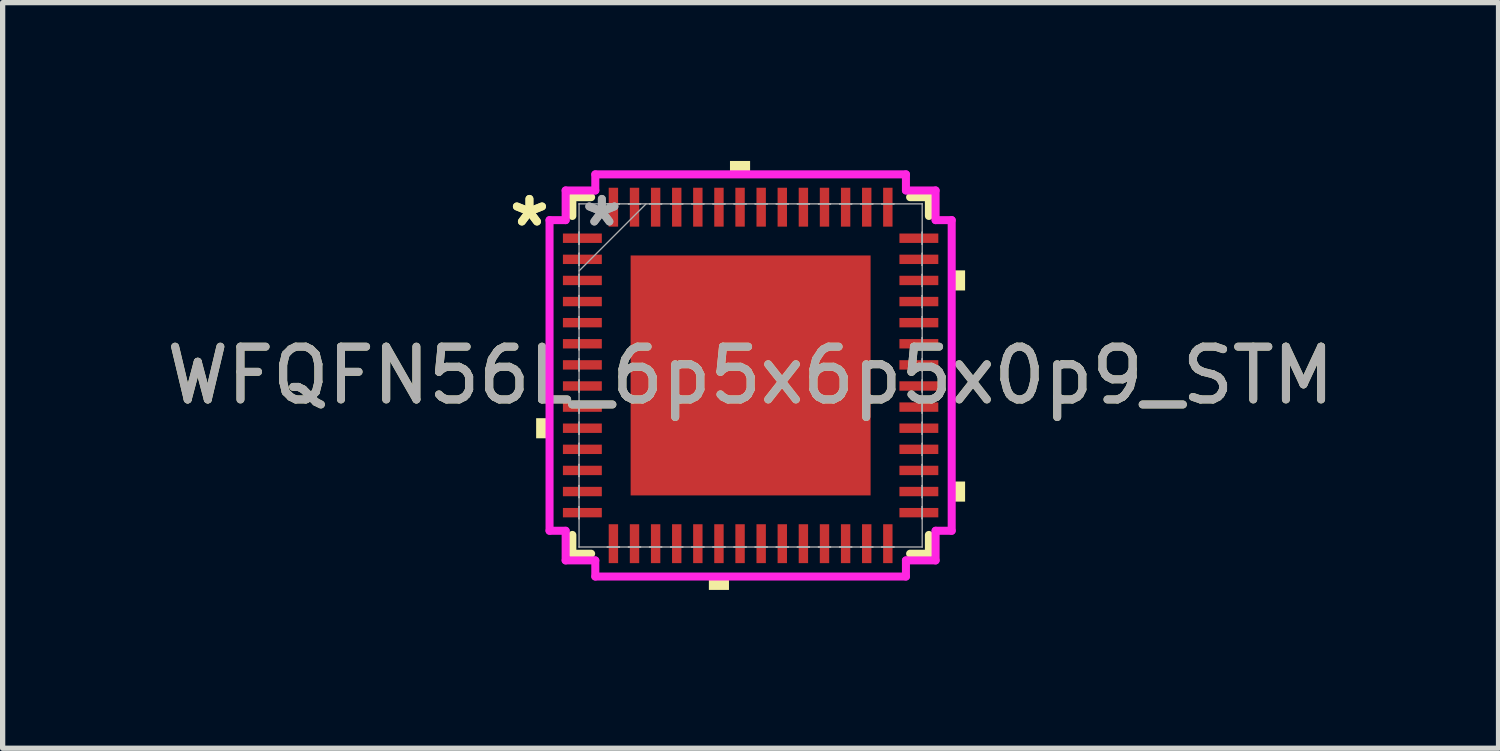
<source format=kicad_pcb>
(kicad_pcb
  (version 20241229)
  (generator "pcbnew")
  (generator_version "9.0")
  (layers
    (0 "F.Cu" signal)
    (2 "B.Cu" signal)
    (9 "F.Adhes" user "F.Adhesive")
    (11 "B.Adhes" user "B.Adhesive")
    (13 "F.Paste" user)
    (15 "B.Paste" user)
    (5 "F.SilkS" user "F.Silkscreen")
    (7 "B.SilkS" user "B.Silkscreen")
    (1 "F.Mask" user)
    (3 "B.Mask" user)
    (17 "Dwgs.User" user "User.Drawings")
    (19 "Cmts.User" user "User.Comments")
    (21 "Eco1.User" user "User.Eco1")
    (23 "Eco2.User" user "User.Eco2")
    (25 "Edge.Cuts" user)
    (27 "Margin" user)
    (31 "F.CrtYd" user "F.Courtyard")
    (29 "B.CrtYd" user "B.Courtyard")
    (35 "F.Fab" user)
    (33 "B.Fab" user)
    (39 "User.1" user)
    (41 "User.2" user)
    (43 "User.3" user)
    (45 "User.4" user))
  (footprint "WFQFN56L_6p5x6p5x0p9_STM"
    (layer "F.Cu")
    (at 11.173 4.064)
    (property "Reference" "WFQFN56L_6p5x6p5x0p9_STM" (at 0 0 0) (unlocked yes) (layer "F.SilkS") (effects (font (size 1 1) (thickness 0.15))))
    (attr smd)
    (fp_line (start -3.378 -3.378) (end -3.378 -3.022) (stroke (width 0.152) (type solid)) (layer "F.SilkS"))
    (fp_line (start -3.378 3.022) (end -3.378 3.378) (stroke (width 0.152) (type solid)) (layer "F.SilkS"))
    (fp_line (start -3.378 3.378) (end -3.022 3.378) (stroke (width 0.152) (type solid)) (layer "F.SilkS"))
    (fp_line (start -3.022 -3.378) (end -3.378 -3.378) (stroke (width 0.152) (type solid)) (layer "F.SilkS"))
    (fp_line (start 3.022 3.378) (end 3.378 3.378) (stroke (width 0.152) (type solid)) (layer "F.SilkS"))
    (fp_line (start 3.378 -3.378) (end 3.022 -3.378) (stroke (width 0.152) (type solid)) (layer "F.SilkS"))
    (fp_line (start 3.378 -3.022) (end 3.378 -3.378) (stroke (width 0.152) (type solid)) (layer "F.SilkS"))
    (fp_line (start 3.378 3.378) (end 3.378 3.022) (stroke (width 0.152) (type solid)) (layer "F.SilkS"))
    (fp_poly (pts (xy -4.064 0.81) (xy -4.064 1.191) (xy -3.81 1.191) (xy -3.81 0.81)) (stroke (width 0) (type solid)) (fill yes) (layer "F.SilkS"))
    (fp_poly (pts (xy -0.791 3.81) (xy -0.791 4.064) (xy -0.41 4.064) (xy -0.41 3.81)) (stroke (width 0) (type solid)) (fill yes) (layer "F.SilkS"))
    (fp_poly (pts (xy -0.391 -3.81) (xy -0.391 -4.064) (xy -0.01 -4.064) (xy -0.01 -3.81)) (stroke (width 0) (type solid)) (fill yes) (layer "F.SilkS"))
    (fp_poly (pts (xy 4.064 -1.991) (xy 4.064 -1.61) (xy 3.81 -1.61) (xy 3.81 -1.991)) (stroke (width 0) (type solid)) (fill yes) (layer "F.SilkS"))
    (fp_poly (pts (xy 4.064 2.01) (xy 4.064 2.391) (xy 3.81 2.391) (xy 3.81 2.01)) (stroke (width 0) (type solid)) (fill yes) (layer "F.SilkS"))
    (fp_poly (pts (xy -2.173 -2.173) (xy -2.173 -0.858) (xy -0.858 -0.858) (xy -0.858 -2.173)) (stroke (width 0) (type solid)) (fill yes) (layer "F.Paste"))
    (fp_poly (pts (xy -2.173 -0.658) (xy -2.173 0.658) (xy -0.858 0.658) (xy -0.858 -0.658)) (stroke (width 0) (type solid)) (fill yes) (layer "F.Paste"))
    (fp_poly (pts (xy -2.173 0.858) (xy -2.173 2.173) (xy -0.858 2.173) (xy -0.858 0.858)) (stroke (width 0) (type solid)) (fill yes) (layer "F.Paste"))
    (fp_poly (pts (xy -0.658 -2.173) (xy -0.658 -0.858) (xy 0.658 -0.858) (xy 0.658 -2.173)) (stroke (width 0) (type solid)) (fill yes) (layer "F.Paste"))
    (fp_poly (pts (xy -0.658 -0.658) (xy -0.658 0.658) (xy 0.658 0.658) (xy 0.658 -0.658)) (stroke (width 0) (type solid)) (fill yes) (layer "F.Paste"))
    (fp_poly (pts (xy -0.658 0.858) (xy -0.658 2.173) (xy 0.658 2.173) (xy 0.658 0.858)) (stroke (width 0) (type solid)) (fill yes) (layer "F.Paste"))
    (fp_poly (pts (xy 0.858 -2.173) (xy 0.858 -0.858) (xy 2.173 -0.858) (xy 2.173 -2.173)) (stroke (width 0) (type solid)) (fill yes) (layer "F.Paste"))
    (fp_poly (pts (xy 0.858 -0.658) (xy 0.858 0.658) (xy 2.173 0.658) (xy 2.173 -0.658)) (stroke (width 0) (type solid)) (fill yes) (layer "F.Paste"))
    (fp_poly (pts (xy 0.858 0.858) (xy 0.858 2.173) (xy 2.173 2.173) (xy 2.173 0.858)) (stroke (width 0) (type solid)) (fill yes) (layer "F.Paste"))
    (fp_line (start -3.81 -2.943) (end -3.505 -2.943) (stroke (width 0.152) (type solid)) (layer "F.CrtYd"))
    (fp_line (start -3.81 2.943) (end -3.81 -2.943) (stroke (width 0.152) (type solid)) (layer "F.CrtYd"))
    (fp_line (start -3.505 -3.505) (end -2.943 -3.505) (stroke (width 0.152) (type solid)) (layer "F.CrtYd"))
    (fp_line (start -3.505 -2.943) (end -3.505 -3.505) (stroke (width 0.152) (type solid)) (layer "F.CrtYd"))
    (fp_line (start -3.505 2.943) (end -3.81 2.943) (stroke (width 0.152) (type solid)) (layer "F.CrtYd"))
    (fp_line (start -3.505 3.505) (end -3.505 2.943) (stroke (width 0.152) (type solid)) (layer "F.CrtYd"))
    (fp_line (start -2.943 -3.81) (end 2.943 -3.81) (stroke (width 0.152) (type solid)) (layer "F.CrtYd"))
    (fp_line (start -2.943 -3.505) (end -2.943 -3.81) (stroke (width 0.152) (type solid)) (layer "F.CrtYd"))
    (fp_line (start -2.943 3.505) (end -3.505 3.505) (stroke (width 0.152) (type solid)) (layer "F.CrtYd"))
    (fp_line (start -2.943 3.81) (end -2.943 3.505) (stroke (width 0.152) (type solid)) (layer "F.CrtYd"))
    (fp_line (start 2.943 -3.81) (end 2.943 -3.505) (stroke (width 0.152) (type solid)) (layer "F.CrtYd"))
    (fp_line (start 2.943 -3.505) (end 3.505 -3.505) (stroke (width 0.152) (type solid)) (layer "F.CrtYd"))
    (fp_line (start 2.943 3.505) (end 2.943 3.81) (stroke (width 0.152) (type solid)) (layer "F.CrtYd"))
    (fp_line (start 2.943 3.81) (end -2.943 3.81) (stroke (width 0.152) (type solid)) (layer "F.CrtYd"))
    (fp_line (start 3.505 -3.505) (end 3.505 -2.943) (stroke (width 0.152) (type solid)) (layer "F.CrtYd"))
    (fp_line (start 3.505 -2.943) (end 3.81 -2.943) (stroke (width 0.152) (type solid)) (layer "F.CrtYd"))
    (fp_line (start 3.505 2.943) (end 3.505 3.505) (stroke (width 0.152) (type solid)) (layer "F.CrtYd"))
    (fp_line (start 3.505 3.505) (end 2.943 3.505) (stroke (width 0.152) (type solid)) (layer "F.CrtYd"))
    (fp_line (start 3.81 -2.943) (end 3.81 2.943) (stroke (width 0.152) (type solid)) (layer "F.CrtYd"))
    (fp_line (start 3.81 2.943) (end 3.505 2.943) (stroke (width 0.152) (type solid)) (layer "F.CrtYd"))
    (fp_line (start -3.251 -3.251) (end -3.251 -3.251) (stroke (width 0.025) (type solid)) (layer "F.Fab"))
    (fp_line (start -3.251 -3.251) (end -3.251 3.251) (stroke (width 0.025) (type solid)) (layer "F.Fab"))
    (fp_line (start -3.251 -2.715) (end -3.251 -2.715) (stroke (width 0.025) (type solid)) (layer "F.Fab"))
    (fp_line (start -3.251 -2.715) (end -3.251 -2.486) (stroke (width 0.025) (type solid)) (layer "F.Fab"))
    (fp_line (start -3.251 -2.486) (end -3.251 -2.715) (stroke (width 0.025) (type solid)) (layer "F.Fab"))
    (fp_line (start -3.251 -2.486) (end -3.251 -2.486) (stroke (width 0.025) (type solid)) (layer "F.Fab"))
    (fp_line (start -3.251 -2.315) (end -3.251 -2.315) (stroke (width 0.025) (type solid)) (layer "F.Fab"))
    (fp_line (start -3.251 -2.315) (end -3.251 -2.086) (stroke (width 0.025) (type solid)) (layer "F.Fab"))
    (fp_line (start -3.251 -2.086) (end -3.251 -2.315) (stroke (width 0.025) (type solid)) (layer "F.Fab"))
    (fp_line (start -3.251 -2.086) (end -3.251 -2.086) (stroke (width 0.025) (type solid)) (layer "F.Fab"))
    (fp_line (start -3.251 -1.981) (end -1.981 -3.251) (stroke (width 0.025) (type solid)) (layer "F.Fab"))
    (fp_line (start -3.251 -1.915) (end -3.251 -1.915) (stroke (width 0.025) (type solid)) (layer "F.Fab"))
    (fp_line (start -3.251 -1.915) (end -3.251 -1.686) (stroke (width 0.025) (type solid)) (layer "F.Fab"))
    (fp_line (start -3.251 -1.686) (end -3.251 -1.915) (stroke (width 0.025) (type solid)) (layer "F.Fab"))
    (fp_line (start -3.251 -1.686) (end -3.251 -1.686) (stroke (width 0.025) (type solid)) (layer "F.Fab"))
    (fp_line (start -3.251 -1.514) (end -3.251 -1.514) (stroke (width 0.025) (type solid)) (layer "F.Fab"))
    (fp_line (start -3.251 -1.514) (end -3.251 -1.286) (stroke (width 0.025) (type solid)) (layer "F.Fab"))
    (fp_line (start -3.251 -1.286) (end -3.251 -1.514) (stroke (width 0.025) (type solid)) (layer "F.Fab"))
    (fp_line (start -3.251 -1.286) (end -3.251 -1.286) (stroke (width 0.025) (type solid)) (layer "F.Fab"))
    (fp_line (start -3.251 -1.114) (end -3.251 -1.114) (stroke (width 0.025) (type solid)) (layer "F.Fab"))
    (fp_line (start -3.251 -1.114) (end -3.251 -0.886) (stroke (width 0.025) (type solid)) (layer "F.Fab"))
    (fp_line (start -3.251 -0.886) (end -3.251 -1.114) (stroke (width 0.025) (type solid)) (layer "F.Fab"))
    (fp_line (start -3.251 -0.886) (end -3.251 -0.886) (stroke (width 0.025) (type solid)) (layer "F.Fab"))
    (fp_line (start -3.251 -0.714) (end -3.251 -0.714) (stroke (width 0.025) (type solid)) (layer "F.Fab"))
    (fp_line (start -3.251 -0.714) (end -3.251 -0.486) (stroke (width 0.025) (type solid)) (layer "F.Fab"))
    (fp_line (start -3.251 -0.486) (end -3.251 -0.714) (stroke (width 0.025) (type solid)) (layer "F.Fab"))
    (fp_line (start -3.251 -0.486) (end -3.251 -0.486) (stroke (width 0.025) (type solid)) (layer "F.Fab"))
    (fp_line (start -3.251 -0.314) (end -3.251 -0.314) (stroke (width 0.025) (type solid)) (layer "F.Fab"))
    (fp_line (start -3.251 -0.314) (end -3.251 -0.086) (stroke (width 0.025) (type solid)) (layer "F.Fab"))
    (fp_line (start -3.251 -0.086) (end -3.251 -0.314) (stroke (width 0.025) (type solid)) (layer "F.Fab"))
    (fp_line (start -3.251 -0.086) (end -3.251 -0.086) (stroke (width 0.025) (type solid)) (layer "F.Fab"))
    (fp_line (start -3.251 0.086) (end -3.251 0.086) (stroke (width 0.025) (type solid)) (layer "F.Fab"))
    (fp_line (start -3.251 0.086) (end -3.251 0.314) (stroke (width 0.025) (type solid)) (layer "F.Fab"))
    (fp_line (start -3.251 0.314) (end -3.251 0.086) (stroke (width 0.025) (type solid)) (layer "F.Fab"))
    (fp_line (start -3.251 0.314) (end -3.251 0.314) (stroke (width 0.025) (type solid)) (layer "F.Fab"))
    (fp_line (start -3.251 0.486) (end -3.251 0.486) (stroke (width 0.025) (type solid)) (layer "F.Fab"))
    (fp_line (start -3.251 0.486) (end -3.251 0.714) (stroke (width 0.025) (type solid)) (layer "F.Fab"))
    (fp_line (start -3.251 0.714) (end -3.251 0.486) (stroke (width 0.025) (type solid)) (layer "F.Fab"))
    (fp_line (start -3.251 0.714) (end -3.251 0.714) (stroke (width 0.025) (type solid)) (layer "F.Fab"))
    (fp_line (start -3.251 0.886) (end -3.251 0.886) (stroke (width 0.025) (type solid)) (layer "F.Fab"))
    (fp_line (start -3.251 0.886) (end -3.251 1.114) (stroke (width 0.025) (type solid)) (layer "F.Fab"))
    (fp_line (start -3.251 1.114) (end -3.251 0.886) (stroke (width 0.025) (type solid)) (layer "F.Fab"))
    (fp_line (start -3.251 1.114) (end -3.251 1.114) (stroke (width 0.025) (type solid)) (layer "F.Fab"))
    (fp_line (start -3.251 1.286) (end -3.251 1.286) (stroke (width 0.025) (type solid)) (layer "F.Fab"))
    (fp_line (start -3.251 1.286) (end -3.251 1.514) (stroke (width 0.025) (type solid)) (layer "F.Fab"))
    (fp_line (start -3.251 1.514) (end -3.251 1.286) (stroke (width 0.025) (type solid)) (layer "F.Fab"))
    (fp_line (start -3.251 1.514) (end -3.251 1.514) (stroke (width 0.025) (type solid)) (layer "F.Fab"))
    (fp_line (start -3.251 1.686) (end -3.251 1.686) (stroke (width 0.025) (type solid)) (layer "F.Fab"))
    (fp_line (start -3.251 1.686) (end -3.251 1.915) (stroke (width 0.025) (type solid)) (layer "F.Fab"))
    (fp_line (start -3.251 1.915) (end -3.251 1.686) (stroke (width 0.025) (type solid)) (layer "F.Fab"))
    (fp_line (start -3.251 1.915) (end -3.251 1.915) (stroke (width 0.025) (type solid)) (layer "F.Fab"))
    (fp_line (start -3.251 2.086) (end -3.251 2.086) (stroke (width 0.025) (type solid)) (layer "F.Fab"))
    (fp_line (start -3.251 2.086) (end -3.251 2.315) (stroke (width 0.025) (type solid)) (layer "F.Fab"))
    (fp_line (start -3.251 2.315) (end -3.251 2.086) (stroke (width 0.025) (type solid)) (layer "F.Fab"))
    (fp_line (start -3.251 2.315) (end -3.251 2.315) (stroke (width 0.025) (type solid)) (layer "F.Fab"))
    (fp_line (start -3.251 2.486) (end -3.251 2.486) (stroke (width 0.025) (type solid)) (layer "F.Fab"))
    (fp_line (start -3.251 2.486) (end -3.251 2.715) (stroke (width 0.025) (type solid)) (layer "F.Fab"))
    (fp_line (start -3.251 2.715) (end -3.251 2.486) (stroke (width 0.025) (type solid)) (layer "F.Fab"))
    (fp_line (start -3.251 2.715) (end -3.251 2.715) (stroke (width 0.025) (type solid)) (layer "F.Fab"))
    (fp_line (start -3.251 3.251) (end -3.251 3.251) (stroke (width 0.025) (type solid)) (layer "F.Fab"))
    (fp_line (start -3.251 3.251) (end 3.251 3.251) (stroke (width 0.025) (type solid)) (layer "F.Fab"))
    (fp_line (start -2.715 -3.251) (end -2.715 -3.251) (stroke (width 0.025) (type solid)) (layer "F.Fab"))
    (fp_line (start -2.715 -3.251) (end -2.486 -3.251) (stroke (width 0.025) (type solid)) (layer "F.Fab"))
    (fp_line (start -2.715 3.251) (end -2.715 3.251) (stroke (width 0.025) (type solid)) (layer "F.Fab"))
    (fp_line (start -2.715 3.251) (end -2.486 3.251) (stroke (width 0.025) (type solid)) (layer "F.Fab"))
    (fp_line (start -2.486 -3.251) (end -2.715 -3.251) (stroke (width 0.025) (type solid)) (layer "F.Fab"))
    (fp_line (start -2.486 -3.251) (end -2.486 -3.251) (stroke (width 0.025) (type solid)) (layer "F.Fab"))
    (fp_line (start -2.486 3.251) (end -2.715 3.251) (stroke (width 0.025) (type solid)) (layer "F.Fab"))
    (fp_line (start -2.486 3.251) (end -2.486 3.251) (stroke (width 0.025) (type solid)) (layer "F.Fab"))
    (fp_line (start -2.315 -3.251) (end -2.315 -3.251) (stroke (width 0.025) (type solid)) (layer "F.Fab"))
    (fp_line (start -2.315 -3.251) (end -2.086 -3.251) (stroke (width 0.025) (type solid)) (layer "F.Fab"))
    (fp_line (start -2.315 3.251) (end -2.315 3.251) (stroke (width 0.025) (type solid)) (layer "F.Fab"))
    (fp_line (start -2.315 3.251) (end -2.086 3.251) (stroke (width 0.025) (type solid)) (layer "F.Fab"))
    (fp_line (start -2.086 -3.251) (end -2.315 -3.251) (stroke (width 0.025) (type solid)) (layer "F.Fab"))
    (fp_line (start -2.086 -3.251) (end -2.086 -3.251) (stroke (width 0.025) (type solid)) (layer "F.Fab"))
    (fp_line (start -2.086 3.251) (end -2.315 3.251) (stroke (width 0.025) (type solid)) (layer "F.Fab"))
    (fp_line (start -2.086 3.251) (end -2.086 3.251) (stroke (width 0.025) (type solid)) (layer "F.Fab"))
    (fp_line (start -1.915 -3.251) (end -1.915 -3.251) (stroke (width 0.025) (type solid)) (layer "F.Fab"))
    (fp_line (start -1.915 -3.251) (end -1.686 -3.251) (stroke (width 0.025) (type solid)) (layer "F.Fab"))
    (fp_line (start -1.915 3.251) (end -1.915 3.251) (stroke (width 0.025) (type solid)) (layer "F.Fab"))
    (fp_line (start -1.915 3.251) (end -1.686 3.251) (stroke (width 0.025) (type solid)) (layer "F.Fab"))
    (fp_line (start -1.686 -3.251) (end -1.915 -3.251) (stroke (width 0.025) (type solid)) (layer "F.Fab"))
    (fp_line (start -1.686 -3.251) (end -1.686 -3.251) (stroke (width 0.025) (type solid)) (layer "F.Fab"))
    (fp_line (start -1.686 3.251) (end -1.915 3.251) (stroke (width 0.025) (type solid)) (layer "F.Fab"))
    (fp_line (start -1.686 3.251) (end -1.686 3.251) (stroke (width 0.025) (type solid)) (layer "F.Fab"))
    (fp_line (start -1.514 -3.251) (end -1.514 -3.251) (stroke (width 0.025) (type solid)) (layer "F.Fab"))
    (fp_line (start -1.514 -3.251) (end -1.286 -3.251) (stroke (width 0.025) (type solid)) (layer "F.Fab"))
    (fp_line (start -1.514 3.251) (end -1.514 3.251) (stroke (width 0.025) (type solid)) (layer "F.Fab"))
    (fp_line (start -1.514 3.251) (end -1.286 3.251) (stroke (width 0.025) (type solid)) (layer "F.Fab"))
    (fp_line (start -1.286 -3.251) (end -1.514 -3.251) (stroke (width 0.025) (type solid)) (layer "F.Fab"))
    (fp_line (start -1.286 -3.251) (end -1.286 -3.251) (stroke (width 0.025) (type solid)) (layer "F.Fab"))
    (fp_line (start -1.286 3.251) (end -1.514 3.251) (stroke (width 0.025) (type solid)) (layer "F.Fab"))
    (fp_line (start -1.286 3.251) (end -1.286 3.251) (stroke (width 0.025) (type solid)) (layer "F.Fab"))
    (fp_line (start -1.114 -3.251) (end -1.114 -3.251) (stroke (width 0.025) (type solid)) (layer "F.Fab"))
    (fp_line (start -1.114 -3.251) (end -0.886 -3.251) (stroke (width 0.025) (type solid)) (layer "F.Fab"))
    (fp_line (start -1.114 3.251) (end -1.114 3.251) (stroke (width 0.025) (type solid)) (layer "F.Fab"))
    (fp_line (start -1.114 3.251) (end -0.886 3.251) (stroke (width 0.025) (type solid)) (layer "F.Fab"))
    (fp_line (start -0.886 -3.251) (end -1.114 -3.251) (stroke (width 0.025) (type solid)) (layer "F.Fab"))
    (fp_line (start -0.886 -3.251) (end -0.886 -3.251) (stroke (width 0.025) (type solid)) (layer "F.Fab"))
    (fp_line (start -0.886 3.251) (end -1.114 3.251) (stroke (width 0.025) (type solid)) (layer "F.Fab"))
    (fp_line (start -0.886 3.251) (end -0.886 3.251) (stroke (width 0.025) (type solid)) (layer "F.Fab"))
    (fp_line (start -0.714 -3.251) (end -0.714 -3.251) (stroke (width 0.025) (type solid)) (layer "F.Fab"))
    (fp_line (start -0.714 -3.251) (end -0.486 -3.251) (stroke (width 0.025) (type solid)) (layer "F.Fab"))
    (fp_line (start -0.714 3.251) (end -0.714 3.251) (stroke (width 0.025) (type solid)) (layer "F.Fab"))
    (fp_line (start -0.714 3.251) (end -0.486 3.251) (stroke (width 0.025) (type solid)) (layer "F.Fab"))
    (fp_line (start -0.486 -3.251) (end -0.714 -3.251) (stroke (width 0.025) (type solid)) (layer "F.Fab"))
    (fp_line (start -0.486 -3.251) (end -0.486 -3.251) (stroke (width 0.025) (type solid)) (layer "F.Fab"))
    (fp_line (start -0.486 3.251) (end -0.714 3.251) (stroke (width 0.025) (type solid)) (layer "F.Fab"))
    (fp_line (start -0.486 3.251) (end -0.486 3.251) (stroke (width 0.025) (type solid)) (layer "F.Fab"))
    (fp_line (start -0.314 -3.251) (end -0.314 -3.251) (stroke (width 0.025) (type solid)) (layer "F.Fab"))
    (fp_line (start -0.314 -3.251) (end -0.086 -3.251) (stroke (width 0.025) (type solid)) (layer "F.Fab"))
    (fp_line (start -0.314 3.251) (end -0.314 3.251) (stroke (width 0.025) (type solid)) (layer "F.Fab"))
    (fp_line (start -0.314 3.251) (end -0.086 3.251) (stroke (width 0.025) (type solid)) (layer "F.Fab"))
    (fp_line (start -0.086 -3.251) (end -0.314 -3.251) (stroke (width 0.025) (type solid)) (layer "F.Fab"))
    (fp_line (start -0.086 -3.251) (end -0.086 -3.251) (stroke (width 0.025) (type solid)) (layer "F.Fab"))
    (fp_line (start -0.086 3.251) (end -0.314 3.251) (stroke (width 0.025) (type solid)) (layer "F.Fab"))
    (fp_line (start -0.086 3.251) (end -0.086 3.251) (stroke (width 0.025) (type solid)) (layer "F.Fab"))
    (fp_line (start 0.086 -3.251) (end 0.086 -3.251) (stroke (width 0.025) (type solid)) (layer "F.Fab"))
    (fp_line (start 0.086 -3.251) (end 0.314 -3.251) (stroke (width 0.025) (type solid)) (layer "F.Fab"))
    (fp_line (start 0.086 3.251) (end 0.086 3.251) (stroke (width 0.025) (type solid)) (layer "F.Fab"))
    (fp_line (start 0.086 3.251) (end 0.314 3.251) (stroke (width 0.025) (type solid)) (layer "F.Fab"))
    (fp_line (start 0.314 -3.251) (end 0.086 -3.251) (stroke (width 0.025) (type solid)) (layer "F.Fab"))
    (fp_line (start 0.314 -3.251) (end 0.314 -3.251) (stroke (width 0.025) (type solid)) (layer "F.Fab"))
    (fp_line (start 0.314 3.251) (end 0.086 3.251) (stroke (width 0.025) (type solid)) (layer "F.Fab"))
    (fp_line (start 0.314 3.251) (end 0.314 3.251) (stroke (width 0.025) (type solid)) (layer "F.Fab"))
    (fp_line (start 0.486 -3.251) (end 0.486 -3.251) (stroke (width 0.025) (type solid)) (layer "F.Fab"))
    (fp_line (start 0.486 -3.251) (end 0.714 -3.251) (stroke (width 0.025) (type solid)) (layer "F.Fab"))
    (fp_line (start 0.486 3.251) (end 0.486 3.251) (stroke (width 0.025) (type solid)) (layer "F.Fab"))
    (fp_line (start 0.486 3.251) (end 0.714 3.251) (stroke (width 0.025) (type solid)) (layer "F.Fab"))
    (fp_line (start 0.714 -3.251) (end 0.486 -3.251) (stroke (width 0.025) (type solid)) (layer "F.Fab"))
    (fp_line (start 0.714 -3.251) (end 0.714 -3.251) (stroke (width 0.025) (type solid)) (layer "F.Fab"))
    (fp_line (start 0.714 3.251) (end 0.486 3.251) (stroke (width 0.025) (type solid)) (layer "F.Fab"))
    (fp_line (start 0.714 3.251) (end 0.714 3.251) (stroke (width 0.025) (type solid)) (layer "F.Fab"))
    (fp_line (start 0.886 -3.251) (end 0.886 -3.251) (stroke (width 0.025) (type solid)) (layer "F.Fab"))
    (fp_line (start 0.886 -3.251) (end 1.114 -3.251) (stroke (width 0.025) (type solid)) (layer "F.Fab"))
    (fp_line (start 0.886 3.251) (end 0.886 3.251) (stroke (width 0.025) (type solid)) (layer "F.Fab"))
    (fp_line (start 0.886 3.251) (end 1.114 3.251) (stroke (width 0.025) (type solid)) (layer "F.Fab"))
    (fp_line (start 1.114 -3.251) (end 0.886 -3.251) (stroke (width 0.025) (type solid)) (layer "F.Fab"))
    (fp_line (start 1.114 -3.251) (end 1.114 -3.251) (stroke (width 0.025) (type solid)) (layer "F.Fab"))
    (fp_line (start 1.114 3.251) (end 0.886 3.251) (stroke (width 0.025) (type solid)) (layer "F.Fab"))
    (fp_line (start 1.114 3.251) (end 1.114 3.251) (stroke (width 0.025) (type solid)) (layer "F.Fab"))
    (fp_line (start 1.286 -3.251) (end 1.286 -3.251) (stroke (width 0.025) (type solid)) (layer "F.Fab"))
    (fp_line (start 1.286 -3.251) (end 1.514 -3.251) (stroke (width 0.025) (type solid)) (layer "F.Fab"))
    (fp_line (start 1.286 3.251) (end 1.286 3.251) (stroke (width 0.025) (type solid)) (layer "F.Fab"))
    (fp_line (start 1.286 3.251) (end 1.514 3.251) (stroke (width 0.025) (type solid)) (layer "F.Fab"))
    (fp_line (start 1.514 -3.251) (end 1.286 -3.251) (stroke (width 0.025) (type solid)) (layer "F.Fab"))
    (fp_line (start 1.514 -3.251) (end 1.514 -3.251) (stroke (width 0.025) (type solid)) (layer "F.Fab"))
    (fp_line (start 1.514 3.251) (end 1.286 3.251) (stroke (width 0.025) (type solid)) (layer "F.Fab"))
    (fp_line (start 1.514 3.251) (end 1.514 3.251) (stroke (width 0.025) (type solid)) (layer "F.Fab"))
    (fp_line (start 1.686 -3.251) (end 1.686 -3.251) (stroke (width 0.025) (type solid)) (layer "F.Fab"))
    (fp_line (start 1.686 -3.251) (end 1.915 -3.251) (stroke (width 0.025) (type solid)) (layer "F.Fab"))
    (fp_line (start 1.686 3.251) (end 1.686 3.251) (stroke (width 0.025) (type solid)) (layer "F.Fab"))
    (fp_line (start 1.686 3.251) (end 1.915 3.251) (stroke (width 0.025) (type solid)) (layer "F.Fab"))
    (fp_line (start 1.915 -3.251) (end 1.686 -3.251) (stroke (width 0.025) (type solid)) (layer "F.Fab"))
    (fp_line (start 1.915 -3.251) (end 1.915 -3.251) (stroke (width 0.025) (type solid)) (layer "F.Fab"))
    (fp_line (start 1.915 3.251) (end 1.686 3.251) (stroke (width 0.025) (type solid)) (layer "F.Fab"))
    (fp_line (start 1.915 3.251) (end 1.915 3.251) (stroke (width 0.025) (type solid)) (layer "F.Fab"))
    (fp_line (start 2.086 -3.251) (end 2.086 -3.251) (stroke (width 0.025) (type solid)) (layer "F.Fab"))
    (fp_line (start 2.086 -3.251) (end 2.315 -3.251) (stroke (width 0.025) (type solid)) (layer "F.Fab"))
    (fp_line (start 2.086 3.251) (end 2.086 3.251) (stroke (width 0.025) (type solid)) (layer "F.Fab"))
    (fp_line (start 2.086 3.251) (end 2.315 3.251) (stroke (width 0.025) (type solid)) (layer "F.Fab"))
    (fp_line (start 2.315 -3.251) (end 2.086 -3.251) (stroke (width 0.025) (type solid)) (layer "F.Fab"))
    (fp_line (start 2.315 -3.251) (end 2.315 -3.251) (stroke (width 0.025) (type solid)) (layer "F.Fab"))
    (fp_line (start 2.315 3.251) (end 2.086 3.251) (stroke (width 0.025) (type solid)) (layer "F.Fab"))
    (fp_line (start 2.315 3.251) (end 2.315 3.251) (stroke (width 0.025) (type solid)) (layer "F.Fab"))
    (fp_line (start 2.486 -3.251) (end 2.486 -3.251) (stroke (width 0.025) (type solid)) (layer "F.Fab"))
    (fp_line (start 2.486 -3.251) (end 2.715 -3.251) (stroke (width 0.025) (type solid)) (layer "F.Fab"))
    (fp_line (start 2.486 3.251) (end 2.486 3.251) (stroke (width 0.025) (type solid)) (layer "F.Fab"))
    (fp_line (start 2.486 3.251) (end 2.715 3.251) (stroke (width 0.025) (type solid)) (layer "F.Fab"))
    (fp_line (start 2.715 -3.251) (end 2.486 -3.251) (stroke (width 0.025) (type solid)) (layer "F.Fab"))
    (fp_line (start 2.715 -3.251) (end 2.715 -3.251) (stroke (width 0.025) (type solid)) (layer "F.Fab"))
    (fp_line (start 2.715 3.251) (end 2.486 3.251) (stroke (width 0.025) (type solid)) (layer "F.Fab"))
    (fp_line (start 2.715 3.251) (end 2.715 3.251) (stroke (width 0.025) (type solid)) (layer "F.Fab"))
    (fp_line (start 3.251 -3.251) (end -3.251 -3.251) (stroke (width 0.025) (type solid)) (layer "F.Fab"))
    (fp_line (start 3.251 -3.251) (end 3.251 -3.251) (stroke (width 0.025) (type solid)) (layer "F.Fab"))
    (fp_line (start 3.251 -2.715) (end 3.251 -2.715) (stroke (width 0.025) (type solid)) (layer "F.Fab"))
    (fp_line (start 3.251 -2.715) (end 3.251 -2.486) (stroke (width 0.025) (type solid)) (layer "F.Fab"))
    (fp_line (start 3.251 -2.486) (end 3.251 -2.715) (stroke (width 0.025) (type solid)) (layer "F.Fab"))
    (fp_line (start 3.251 -2.486) (end 3.251 -2.486) (stroke (width 0.025) (type solid)) (layer "F.Fab"))
    (fp_line (start 3.251 -2.315) (end 3.251 -2.315) (stroke (width 0.025) (type solid)) (layer "F.Fab"))
    (fp_line (start 3.251 -2.315) (end 3.251 -2.086) (stroke (width 0.025) (type solid)) (layer "F.Fab"))
    (fp_line (start 3.251 -2.086) (end 3.251 -2.315) (stroke (width 0.025) (type solid)) (layer "F.Fab"))
    (fp_line (start 3.251 -2.086) (end 3.251 -2.086) (stroke (width 0.025) (type solid)) (layer "F.Fab"))
    (fp_line (start 3.251 -1.915) (end 3.251 -1.915) (stroke (width 0.025) (type solid)) (layer "F.Fab"))
    (fp_line (start 3.251 -1.915) (end 3.251 -1.686) (stroke (width 0.025) (type solid)) (layer "F.Fab"))
    (fp_line (start 3.251 -1.686) (end 3.251 -1.915) (stroke (width 0.025) (type solid)) (layer "F.Fab"))
    (fp_line (start 3.251 -1.686) (end 3.251 -1.686) (stroke (width 0.025) (type solid)) (layer "F.Fab"))
    (fp_line (start 3.251 -1.514) (end 3.251 -1.514) (stroke (width 0.025) (type solid)) (layer "F.Fab"))
    (fp_line (start 3.251 -1.514) (end 3.251 -1.286) (stroke (width 0.025) (type solid)) (layer "F.Fab"))
    (fp_line (start 3.251 -1.286) (end 3.251 -1.514) (stroke (width 0.025) (type solid)) (layer "F.Fab"))
    (fp_line (start 3.251 -1.286) (end 3.251 -1.286) (stroke (width 0.025) (type solid)) (layer "F.Fab"))
    (fp_line (start 3.251 -1.114) (end 3.251 -1.114) (stroke (width 0.025) (type solid)) (layer "F.Fab"))
    (fp_line (start 3.251 -1.114) (end 3.251 -0.886) (stroke (width 0.025) (type solid)) (layer "F.Fab"))
    (fp_line (start 3.251 -0.886) (end 3.251 -1.114) (stroke (width 0.025) (type solid)) (layer "F.Fab"))
    (fp_line (start 3.251 -0.886) (end 3.251 -0.886) (stroke (width 0.025) (type solid)) (layer "F.Fab"))
    (fp_line (start 3.251 -0.714) (end 3.251 -0.714) (stroke (width 0.025) (type solid)) (layer "F.Fab"))
    (fp_line (start 3.251 -0.714) (end 3.251 -0.486) (stroke (width 0.025) (type solid)) (layer "F.Fab"))
    (fp_line (start 3.251 -0.486) (end 3.251 -0.714) (stroke (width 0.025) (type solid)) (layer "F.Fab"))
    (fp_line (start 3.251 -0.486) (end 3.251 -0.486) (stroke (width 0.025) (type solid)) (layer "F.Fab"))
    (fp_line (start 3.251 -0.314) (end 3.251 -0.314) (stroke (width 0.025) (type solid)) (layer "F.Fab"))
    (fp_line (start 3.251 -0.314) (end 3.251 -0.086) (stroke (width 0.025) (type solid)) (layer "F.Fab"))
    (fp_line (start 3.251 -0.086) (end 3.251 -0.314) (stroke (width 0.025) (type solid)) (layer "F.Fab"))
    (fp_line (start 3.251 -0.086) (end 3.251 -0.086) (stroke (width 0.025) (type solid)) (layer "F.Fab"))
    (fp_line (start 3.251 0.086) (end 3.251 0.086) (stroke (width 0.025) (type solid)) (layer "F.Fab"))
    (fp_line (start 3.251 0.086) (end 3.251 0.314) (stroke (width 0.025) (type solid)) (layer "F.Fab"))
    (fp_line (start 3.251 0.314) (end 3.251 0.086) (stroke (width 0.025) (type solid)) (layer "F.Fab"))
    (fp_line (start 3.251 0.314) (end 3.251 0.314) (stroke (width 0.025) (type solid)) (layer "F.Fab"))
    (fp_line (start 3.251 0.486) (end 3.251 0.486) (stroke (width 0.025) (type solid)) (layer "F.Fab"))
    (fp_line (start 3.251 0.486) (end 3.251 0.714) (stroke (width 0.025) (type solid)) (layer "F.Fab"))
    (fp_line (start 3.251 0.714) (end 3.251 0.486) (stroke (width 0.025) (type solid)) (layer "F.Fab"))
    (fp_line (start 3.251 0.714) (end 3.251 0.714) (stroke (width 0.025) (type solid)) (layer "F.Fab"))
    (fp_line (start 3.251 0.886) (end 3.251 0.886) (stroke (width 0.025) (type solid)) (layer "F.Fab"))
    (fp_line (start 3.251 0.886) (end 3.251 1.114) (stroke (width 0.025) (type solid)) (layer "F.Fab"))
    (fp_line (start 3.251 1.114) (end 3.251 0.886) (stroke (width 0.025) (type solid)) (layer "F.Fab"))
    (fp_line (start 3.251 1.114) (end 3.251 1.114) (stroke (width 0.025) (type solid)) (layer "F.Fab"))
    (fp_line (start 3.251 1.286) (end 3.251 1.286) (stroke (width 0.025) (type solid)) (layer "F.Fab"))
    (fp_line (start 3.251 1.286) (end 3.251 1.514) (stroke (width 0.025) (type solid)) (layer "F.Fab"))
    (fp_line (start 3.251 1.514) (end 3.251 1.286) (stroke (width 0.025) (type solid)) (layer "F.Fab"))
    (fp_line (start 3.251 1.514) (end 3.251 1.514) (stroke (width 0.025) (type solid)) (layer "F.Fab"))
    (fp_line (start 3.251 1.686) (end 3.251 1.686) (stroke (width 0.025) (type solid)) (layer "F.Fab"))
    (fp_line (start 3.251 1.686) (end 3.251 1.915) (stroke (width 0.025) (type solid)) (layer "F.Fab"))
    (fp_line (start 3.251 1.915) (end 3.251 1.686) (stroke (width 0.025) (type solid)) (layer "F.Fab"))
    (fp_line (start 3.251 1.915) (end 3.251 1.915) (stroke (width 0.025) (type solid)) (layer "F.Fab"))
    (fp_line (start 3.251 2.086) (end 3.251 2.086) (stroke (width 0.025) (type solid)) (layer "F.Fab"))
    (fp_line (start 3.251 2.086) (end 3.251 2.315) (stroke (width 0.025) (type solid)) (layer "F.Fab"))
    (fp_line (start 3.251 2.315) (end 3.251 2.086) (stroke (width 0.025) (type solid)) (layer "F.Fab"))
    (fp_line (start 3.251 2.315) (end 3.251 2.315) (stroke (width 0.025) (type solid)) (layer "F.Fab"))
    (fp_line (start 3.251 2.486) (end 3.251 2.486) (stroke (width 0.025) (type solid)) (layer "F.Fab"))
    (fp_line (start 3.251 2.486) (end 3.251 2.715) (stroke (width 0.025) (type solid)) (layer "F.Fab"))
    (fp_line (start 3.251 2.715) (end 3.251 2.486) (stroke (width 0.025) (type solid)) (layer "F.Fab"))
    (fp_line (start 3.251 2.715) (end 3.251 2.715) (stroke (width 0.025) (type solid)) (layer "F.Fab"))
    (fp_line (start 3.251 3.251) (end 3.251 -3.251) (stroke (width 0.025) (type solid)) (layer "F.Fab"))
    (fp_line (start 3.251 3.251) (end 3.251 3.251) (stroke (width 0.025) (type solid)) (layer "F.Fab"))
    (fp_text user "*" (at -4.191 -2.8 0) (layer "F.SilkS") (effects (font (size 1 1) (thickness 0.15))))
    (fp_text user "*" (at -4.191 -2.8 0) (unlocked yes) (layer "F.SilkS") (effects (font (size 1 1) (thickness 0.15))))
    (fp_text user "*" (at -2.819 -2.8 0) (unlocked yes) (layer "F.Fab") (effects (font (size 1 1) (thickness 0.15))))
    (fp_text user "*" (at -2.819 -2.8 0) (layer "F.Fab") (effects (font (size 1 1) (thickness 0.15))))
    (fp_text user "${REFERENCE}" (at 0 0 0) (unlocked yes) (layer "F.Fab") (effects (font (size 1 1) (thickness 0.15))))
    (pad "1" smd rect (at -3.188 -2.6 90) (size 0.178 0.737) (layers "F.Cu" "F.Mask" "F.Paste"))
    (pad "2" smd rect (at -3.188 -2.2 90) (size 0.178 0.737) (layers "F.Cu" "F.Mask" "F.Paste"))
    (pad "3" smd rect (at -3.188 -1.8 90) (size 0.178 0.737) (layers "F.Cu" "F.Mask" "F.Paste"))
    (pad "4" smd rect (at -3.188 -1.4 90) (size 0.178 0.737) (layers "F.Cu" "F.Mask" "F.Paste"))
    (pad "5" smd rect (at -3.188 -1 90) (size 0.178 0.737) (layers "F.Cu" "F.Mask" "F.Paste"))
    (pad "6" smd rect (at -3.188 -0.6 90) (size 0.178 0.737) (layers "F.Cu" "F.Mask" "F.Paste"))
    (pad "7" smd rect (at -3.188 -0.2 90) (size 0.178 0.737) (layers "F.Cu" "F.Mask" "F.Paste"))
    (pad "8" smd rect (at -3.188 0.2 90) (size 0.178 0.737) (layers "F.Cu" "F.Mask" "F.Paste"))
    (pad "9" smd rect (at -3.188 0.6 90) (size 0.178 0.737) (layers "F.Cu" "F.Mask" "F.Paste"))
    (pad "10" smd rect (at -3.188 1 90) (size 0.178 0.737) (layers "F.Cu" "F.Mask" "F.Paste"))
    (pad "11" smd rect (at -3.188 1.4 90) (size 0.178 0.737) (layers "F.Cu" "F.Mask" "F.Paste"))
    (pad "12" smd rect (at -3.188 1.8 90) (size 0.178 0.737) (layers "F.Cu" "F.Mask" "F.Paste"))
    (pad "13" smd rect (at -3.188 2.2 90) (size 0.178 0.737) (layers "F.Cu" "F.Mask" "F.Paste"))
    (pad "14" smd rect (at -3.188 2.6 90) (size 0.178 0.737) (layers "F.Cu" "F.Mask" "F.Paste"))
    (pad "15" smd rect (at -2.6 3.188) (size 0.178 0.737) (layers "F.Cu" "F.Mask" "F.Paste"))
    (pad "16" smd rect (at -2.2 3.188) (size 0.178 0.737) (layers "F.Cu" "F.Mask" "F.Paste"))
    (pad "17" smd rect (at -1.8 3.188) (size 0.178 0.737) (layers "F.Cu" "F.Mask" "F.Paste"))
    (pad "18" smd rect (at -1.4 3.188) (size 0.178 0.737) (layers "F.Cu" "F.Mask" "F.Paste"))
    (pad "19" smd rect (at -1 3.188) (size 0.178 0.737) (layers "F.Cu" "F.Mask" "F.Paste"))
    (pad "20" smd rect (at -0.6 3.188) (size 0.178 0.737) (layers "F.Cu" "F.Mask" "F.Paste"))
    (pad "21" smd rect (at -0.2 3.188) (size 0.178 0.737) (layers "F.Cu" "F.Mask" "F.Paste"))
    (pad "22" smd rect (at 0.2 3.188) (size 0.178 0.737) (layers "F.Cu" "F.Mask" "F.Paste"))
    (pad "23" smd rect (at 0.6 3.188) (size 0.178 0.737) (layers "F.Cu" "F.Mask" "F.Paste"))
    (pad "24" smd rect (at 1 3.188) (size 0.178 0.737) (layers "F.Cu" "F.Mask" "F.Paste"))
    (pad "25" smd rect (at 1.4 3.188) (size 0.178 0.737) (layers "F.Cu" "F.Mask" "F.Paste"))
    (pad "26" smd rect (at 1.8 3.188) (size 0.178 0.737) (layers "F.Cu" "F.Mask" "F.Paste"))
    (pad "27" smd rect (at 2.2 3.188) (size 0.178 0.737) (layers "F.Cu" "F.Mask" "F.Paste"))
    (pad "28" smd rect (at 2.6 3.188) (size 0.178 0.737) (layers "F.Cu" "F.Mask" "F.Paste"))
    (pad "29" smd rect (at 3.188 2.6 90) (size 0.178 0.737) (layers "F.Cu" "F.Mask" "F.Paste"))
    (pad "30" smd rect (at 3.188 2.2 90) (size 0.178 0.737) (layers "F.Cu" "F.Mask" "F.Paste"))
    (pad "31" smd rect (at 3.188 1.8 90) (size 0.178 0.737) (layers "F.Cu" "F.Mask" "F.Paste"))
    (pad "32" smd rect (at 3.188 1.4 90) (size 0.178 0.737) (layers "F.Cu" "F.Mask" "F.Paste"))
    (pad "33" smd rect (at 3.188 1 90) (size 0.178 0.737) (layers "F.Cu" "F.Mask" "F.Paste"))
    (pad "34" smd rect (at 3.188 0.6 90) (size 0.178 0.737) (layers "F.Cu" "F.Mask" "F.Paste"))
    (pad "35" smd rect (at 3.188 0.2 90) (size 0.178 0.737) (layers "F.Cu" "F.Mask" "F.Paste"))
    (pad "36" smd rect (at 3.188 -0.2 90) (size 0.178 0.737) (layers "F.Cu" "F.Mask" "F.Paste"))
    (pad "37" smd rect (at 3.188 -0.6 90) (size 0.178 0.737) (layers "F.Cu" "F.Mask" "F.Paste"))
    (pad "38" smd rect (at 3.188 -1 90) (size 0.178 0.737) (layers "F.Cu" "F.Mask" "F.Paste"))
    (pad "39" smd rect (at 3.188 -1.4 90) (size 0.178 0.737) (layers "F.Cu" "F.Mask" "F.Paste"))
    (pad "40" smd rect (at 3.188 -1.8 90) (size 0.178 0.737) (layers "F.Cu" "F.Mask" "F.Paste"))
    (pad "41" smd rect (at 3.188 -2.2 90) (size 0.178 0.737) (layers "F.Cu" "F.Mask" "F.Paste"))
    (pad "42" smd rect (at 3.188 -2.6 90) (size 0.178 0.737) (layers "F.Cu" "F.Mask" "F.Paste"))
    (pad "43" smd rect (at 2.6 -3.188) (size 0.178 0.737) (layers "F.Cu" "F.Mask" "F.Paste"))
    (pad "44" smd rect (at 2.2 -3.188) (size 0.178 0.737) (layers "F.Cu" "F.Mask" "F.Paste"))
    (pad "45" smd rect (at 1.8 -3.188) (size 0.178 0.737) (layers "F.Cu" "F.Mask" "F.Paste"))
    (pad "46" smd rect (at 1.4 -3.188) (size 0.178 0.737) (layers "F.Cu" "F.Mask" "F.Paste"))
    (pad "47" smd rect (at 1 -3.188) (size 0.178 0.737) (layers "F.Cu" "F.Mask" "F.Paste"))
    (pad "48" smd rect (at 0.6 -3.188) (size 0.178 0.737) (layers "F.Cu" "F.Mask" "F.Paste"))
    (pad "49" smd rect (at 0.2 -3.188) (size 0.178 0.737) (layers "F.Cu" "F.Mask" "F.Paste"))
    (pad "50" smd rect (at -0.2 -3.188) (size 0.178 0.737) (layers "F.Cu" "F.Mask" "F.Paste"))
    (pad "51" smd rect (at -0.6 -3.188) (size 0.178 0.737) (layers "F.Cu" "F.Mask" "F.Paste"))
    (pad "52" smd rect (at -1 -3.188) (size 0.178 0.737) (layers "F.Cu" "F.Mask" "F.Paste"))
    (pad "53" smd rect (at -1.4 -3.188) (size 0.178 0.737) (layers "F.Cu" "F.Mask" "F.Paste"))
    (pad "54" smd rect (at -1.8 -3.188) (size 0.178 0.737) (layers "F.Cu" "F.Mask" "F.Paste"))
    (pad "55" smd rect (at -2.2 -3.188) (size 0.178 0.737) (layers "F.Cu" "F.Mask" "F.Paste"))
    (pad "56" smd rect (at -2.6 -3.188) (size 0.178 0.737) (layers "F.Cu" "F.Mask" "F.Paste"))
    (pad "57" smd rect (at 0 0) (size 4.547 4.547) (layers "F.Cu" "F.Mask" "F.Paste")))
  (gr_rect
    (start -3 -3)
    (end 25.345 11.128)
    (stroke (width 0.1) (type default))
    (fill no)
    (layer "Edge.Cuts")))
</source>
